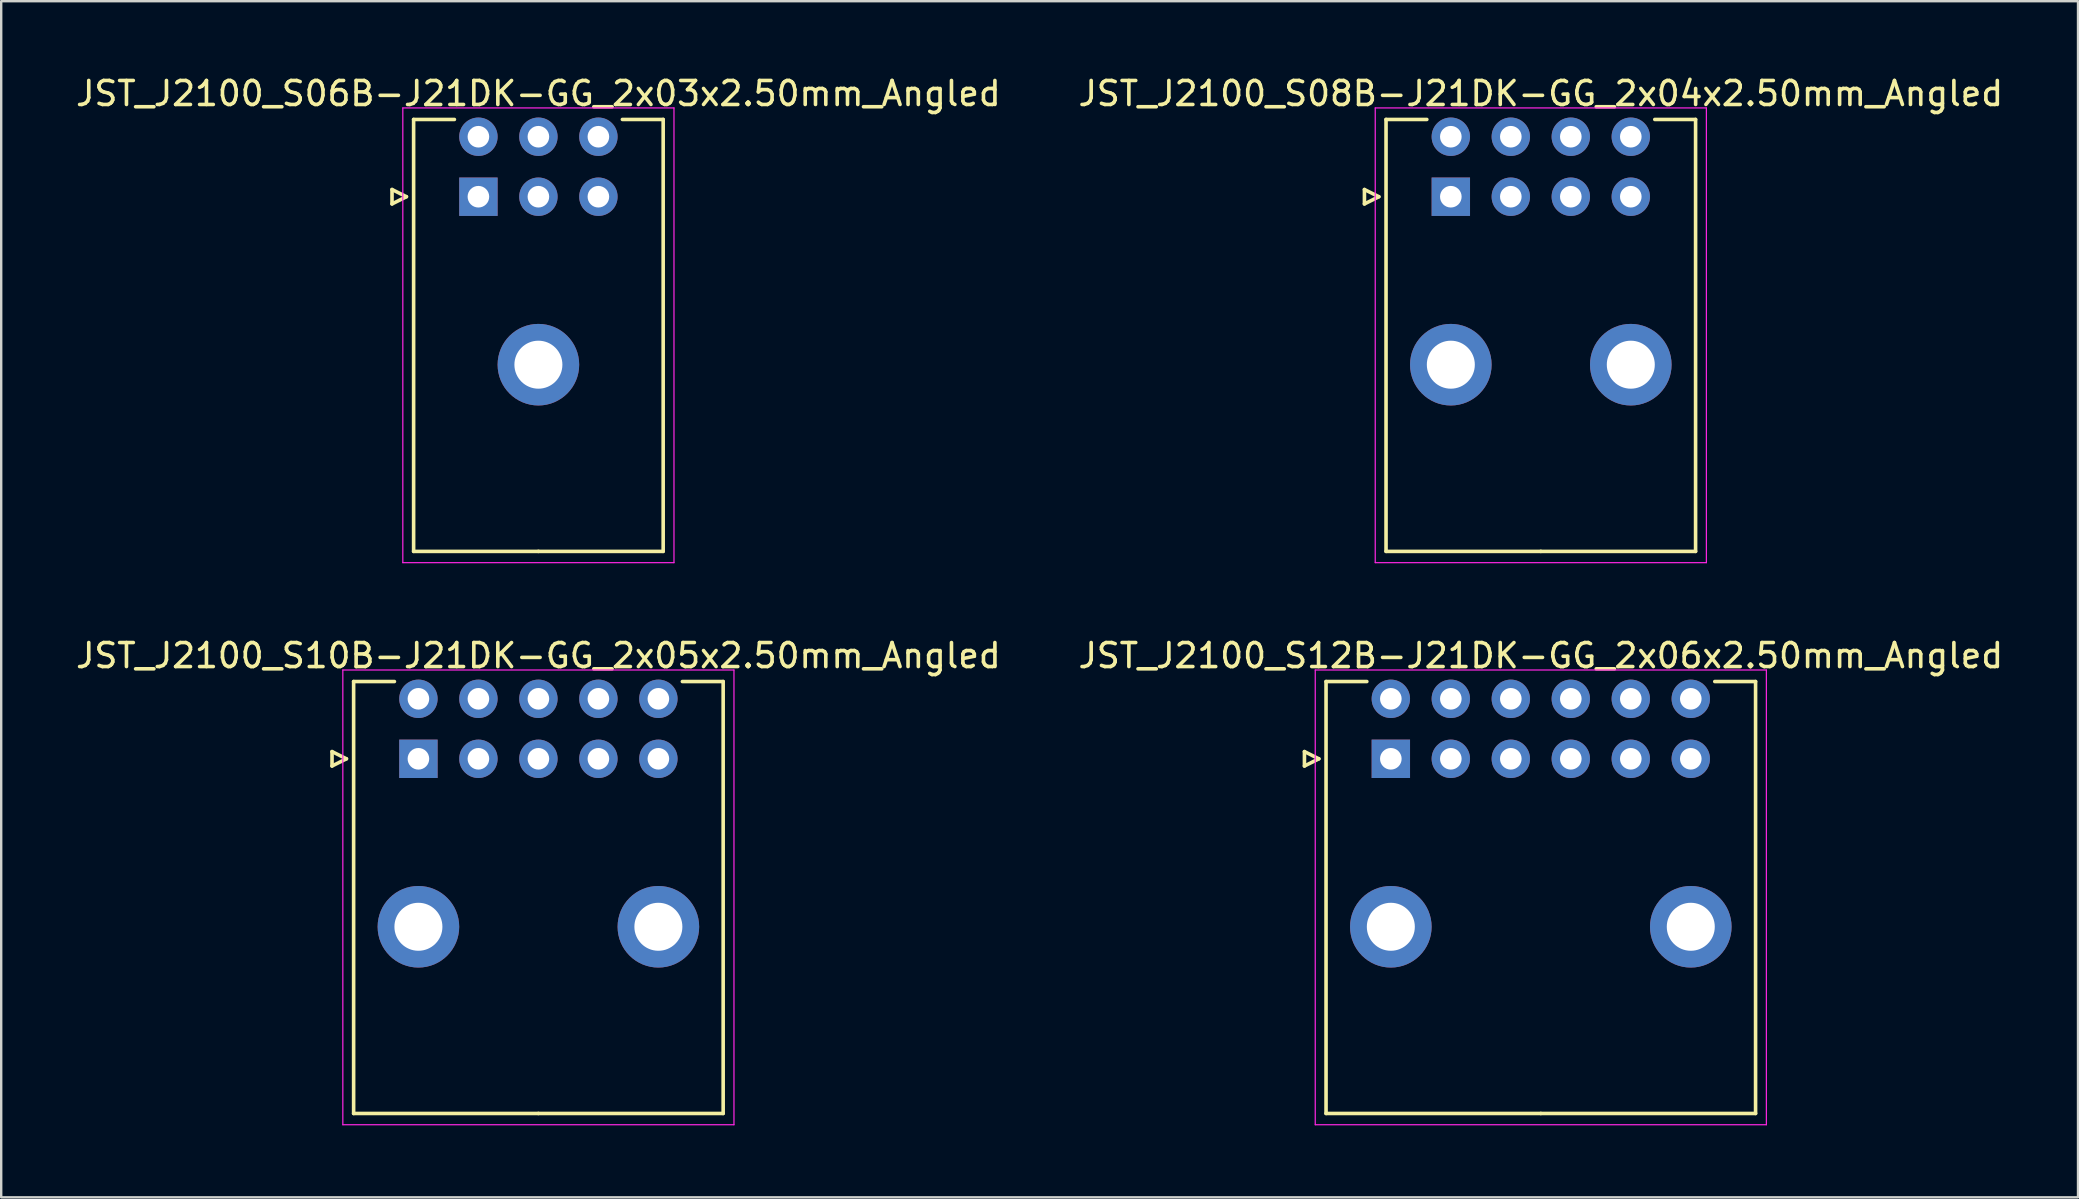
<source format=kicad_pcb>
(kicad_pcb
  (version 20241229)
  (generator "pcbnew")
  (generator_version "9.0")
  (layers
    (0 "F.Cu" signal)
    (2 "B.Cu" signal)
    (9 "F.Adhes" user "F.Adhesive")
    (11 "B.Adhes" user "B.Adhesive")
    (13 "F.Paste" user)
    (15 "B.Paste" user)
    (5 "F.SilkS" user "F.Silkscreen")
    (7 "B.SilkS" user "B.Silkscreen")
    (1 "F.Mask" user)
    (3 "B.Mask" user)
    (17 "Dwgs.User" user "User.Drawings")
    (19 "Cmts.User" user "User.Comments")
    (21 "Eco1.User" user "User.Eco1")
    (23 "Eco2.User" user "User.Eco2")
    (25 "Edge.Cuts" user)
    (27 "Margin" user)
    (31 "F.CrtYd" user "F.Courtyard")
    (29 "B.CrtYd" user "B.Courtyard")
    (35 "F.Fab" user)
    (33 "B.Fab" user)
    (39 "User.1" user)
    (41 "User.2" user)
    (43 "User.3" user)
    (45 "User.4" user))
  (footprint "JST_J2100_S12B-J21DK-GG_2x06x2.50mm_Angled"
    (layer "F.Cu")
    (at 54.911 28.572)
    (property "Reference" "JST_J2100_S12B-J21DK-GG_2x06x2.50mm_Angled" (at 6.25 -4.3 0) (layer "F.SilkS") (effects (font (size 1 1) (thickness 0.15))))
    (attr through_hole)
    (fp_line (start -3.6 -0.3) (end -3 0) (stroke (width 0.15) (type solid)) (layer "F.SilkS"))
    (fp_line (start -3.6 0.3) (end -3.6 -0.3) (stroke (width 0.15) (type solid)) (layer "F.SilkS"))
    (fp_line (start -3 0) (end -3.6 0.3) (stroke (width 0.15) (type solid)) (layer "F.SilkS"))
    (fp_line (start -2.7 -3.22) (end -2.7 14.78) (stroke (width 0.15) (type solid)) (layer "F.SilkS"))
    (fp_line (start -2.7 14.78) (end 6.25 14.78) (stroke (width 0.15) (type solid)) (layer "F.SilkS"))
    (fp_line (start -1 -3.22) (end -2.7 -3.22) (stroke (width 0.15) (type solid)) (layer "F.SilkS"))
    (fp_line (start 13.5 -3.22) (end 15.2 -3.22) (stroke (width 0.15) (type solid)) (layer "F.SilkS"))
    (fp_line (start 15.2 -3.22) (end 15.2 14.78) (stroke (width 0.15) (type solid)) (layer "F.SilkS"))
    (fp_line (start 15.2 14.78) (end 6.25 14.78) (stroke (width 0.15) (type solid)) (layer "F.SilkS"))
    (fp_line (start -3.15 -3.7) (end -3.15 15.25) (stroke (width 0.05) (type solid)) (layer "F.CrtYd"))
    (fp_line (start -3.15 15.25) (end 15.65 15.25) (stroke (width 0.05) (type solid)) (layer "F.CrtYd"))
    (fp_line (start 15.65 -3.7) (end -3.15 -3.7) (stroke (width 0.05) (type solid)) (layer "F.CrtYd"))
    (fp_line (start 15.65 15.25) (end 15.65 -3.7) (stroke (width 0.05) (type solid)) (layer "F.CrtYd"))
    (pad "" thru_hole circle (at 0 7) (size 3.4 3.4) (drill 2) (layers "*.Cu" "*.Mask"))
    (pad "" thru_hole circle (at 12.5 7) (size 3.4 3.4) (drill 2) (layers "*.Cu" "*.Mask"))
    (pad "1" thru_hole rect (at 0 0) (size 1.6 1.6) (drill 0.9) (layers "*.Cu" "*.Mask"))
    (pad "2" thru_hole circle (at 0 -2.5) (size 1.6 1.6) (drill 0.9) (layers "*.Cu" "*.Mask"))
    (pad "3" thru_hole circle (at 2.5 0) (size 1.6 1.6) (drill 0.9) (layers "*.Cu" "*.Mask"))
    (pad "4" thru_hole circle (at 2.5 -2.5) (size 1.6 1.6) (drill 0.9) (layers "*.Cu" "*.Mask"))
    (pad "5" thru_hole circle (at 5 0) (size 1.6 1.6) (drill 0.9) (layers "*.Cu" "*.Mask"))
    (pad "6" thru_hole circle (at 5 -2.5) (size 1.6 1.6) (drill 0.9) (layers "*.Cu" "*.Mask"))
    (pad "7" thru_hole circle (at 7.5 0) (size 1.6 1.6) (drill 0.9) (layers "*.Cu" "*.Mask"))
    (pad "8" thru_hole circle (at 7.5 -2.5) (size 1.6 1.6) (drill 0.9) (layers "*.Cu" "*.Mask"))
    (pad "9" thru_hole circle (at 10 0) (size 1.6 1.6) (drill 0.9) (layers "*.Cu" "*.Mask"))
    (pad "10" thru_hole circle (at 10 -2.5) (size 1.6 1.6) (drill 0.9) (layers "*.Cu" "*.Mask"))
    (pad "11" thru_hole circle (at 12.5 0) (size 1.6 1.6) (drill 0.9) (layers "*.Cu" "*.Mask"))
    (pad "12" thru_hole circle (at 12.5 -2.5) (size 1.6 1.6) (drill 0.9) (layers "*.Cu" "*.Mask")))
  (footprint "JST_J2100_S10B-J21DK-GG_2x05x2.50mm_Angled"
    (layer "F.Cu")
    (at 14.387 28.572)
    (property "Reference" "JST_J2100_S10B-J21DK-GG_2x05x2.50mm_Angled" (at 5 -4.3 0) (layer "F.SilkS") (effects (font (size 1 1) (thickness 0.15))))
    (attr through_hole)
    (fp_line (start -3.6 -0.3) (end -3 0) (stroke (width 0.15) (type solid)) (layer "F.SilkS"))
    (fp_line (start -3.6 0.3) (end -3.6 -0.3) (stroke (width 0.15) (type solid)) (layer "F.SilkS"))
    (fp_line (start -3 0) (end -3.6 0.3) (stroke (width 0.15) (type solid)) (layer "F.SilkS"))
    (fp_line (start -2.7 -3.22) (end -2.7 14.78) (stroke (width 0.15) (type solid)) (layer "F.SilkS"))
    (fp_line (start -2.7 14.78) (end 5 14.78) (stroke (width 0.15) (type solid)) (layer "F.SilkS"))
    (fp_line (start -1 -3.22) (end -2.7 -3.22) (stroke (width 0.15) (type solid)) (layer "F.SilkS"))
    (fp_line (start 11 -3.22) (end 12.7 -3.22) (stroke (width 0.15) (type solid)) (layer "F.SilkS"))
    (fp_line (start 12.7 -3.22) (end 12.7 14.78) (stroke (width 0.15) (type solid)) (layer "F.SilkS"))
    (fp_line (start 12.7 14.78) (end 5 14.78) (stroke (width 0.15) (type solid)) (layer "F.SilkS"))
    (fp_line (start -3.15 -3.7) (end -3.15 15.25) (stroke (width 0.05) (type solid)) (layer "F.CrtYd"))
    (fp_line (start -3.15 15.25) (end 13.15 15.25) (stroke (width 0.05) (type solid)) (layer "F.CrtYd"))
    (fp_line (start 13.15 -3.7) (end -3.15 -3.7) (stroke (width 0.05) (type solid)) (layer "F.CrtYd"))
    (fp_line (start 13.15 15.25) (end 13.15 -3.7) (stroke (width 0.05) (type solid)) (layer "F.CrtYd"))
    (pad "" thru_hole circle (at 0 7) (size 3.4 3.4) (drill 2) (layers "*.Cu" "*.Mask"))
    (pad "" thru_hole circle (at 10 7) (size 3.4 3.4) (drill 2) (layers "*.Cu" "*.Mask"))
    (pad "1" thru_hole rect (at 0 0) (size 1.6 1.6) (drill 0.9) (layers "*.Cu" "*.Mask"))
    (pad "2" thru_hole circle (at 0 -2.5) (size 1.6 1.6) (drill 0.9) (layers "*.Cu" "*.Mask"))
    (pad "3" thru_hole circle (at 2.5 0) (size 1.6 1.6) (drill 0.9) (layers "*.Cu" "*.Mask"))
    (pad "4" thru_hole circle (at 2.5 -2.5) (size 1.6 1.6) (drill 0.9) (layers "*.Cu" "*.Mask"))
    (pad "5" thru_hole circle (at 5 0) (size 1.6 1.6) (drill 0.9) (layers "*.Cu" "*.Mask"))
    (pad "6" thru_hole circle (at 5 -2.5) (size 1.6 1.6) (drill 0.9) (layers "*.Cu" "*.Mask"))
    (pad "7" thru_hole circle (at 7.5 0) (size 1.6 1.6) (drill 0.9) (layers "*.Cu" "*.Mask"))
    (pad "8" thru_hole circle (at 7.5 -2.5) (size 1.6 1.6) (drill 0.9) (layers "*.Cu" "*.Mask"))
    (pad "9" thru_hole circle (at 10 0) (size 1.6 1.6) (drill 0.9) (layers "*.Cu" "*.Mask"))
    (pad "10" thru_hole circle (at 10 -2.5) (size 1.6 1.6) (drill 0.9) (layers "*.Cu" "*.Mask")))
  (footprint "JST_J2100_S06B-J21DK-GG_2x03x2.50mm_Angled"
    (layer "F.Cu")
    (at 16.887 5.148)
    (property "Reference" "JST_J2100_S06B-J21DK-GG_2x03x2.50mm_Angled" (at 2.5 -4.3 0) (layer "F.SilkS") (effects (font (size 1 1) (thickness 0.15))))
    (attr through_hole)
    (fp_line (start -3.6 -0.3) (end -3 0) (stroke (width 0.15) (type solid)) (layer "F.SilkS"))
    (fp_line (start -3.6 0.3) (end -3.6 -0.3) (stroke (width 0.15) (type solid)) (layer "F.SilkS"))
    (fp_line (start -3 0) (end -3.6 0.3) (stroke (width 0.15) (type solid)) (layer "F.SilkS"))
    (fp_line (start -2.7 -3.22) (end -2.7 14.78) (stroke (width 0.15) (type solid)) (layer "F.SilkS"))
    (fp_line (start -2.7 14.78) (end 2.5 14.78) (stroke (width 0.15) (type solid)) (layer "F.SilkS"))
    (fp_line (start -1 -3.22) (end -2.7 -3.22) (stroke (width 0.15) (type solid)) (layer "F.SilkS"))
    (fp_line (start 6 -3.22) (end 7.7 -3.22) (stroke (width 0.15) (type solid)) (layer "F.SilkS"))
    (fp_line (start 7.7 -3.22) (end 7.7 14.78) (stroke (width 0.15) (type solid)) (layer "F.SilkS"))
    (fp_line (start 7.7 14.78) (end 2.5 14.78) (stroke (width 0.15) (type solid)) (layer "F.SilkS"))
    (fp_line (start -3.15 -3.7) (end -3.15 15.25) (stroke (width 0.05) (type solid)) (layer "F.CrtYd"))
    (fp_line (start -3.15 15.25) (end 8.15 15.25) (stroke (width 0.05) (type solid)) (layer "F.CrtYd"))
    (fp_line (start 8.15 -3.7) (end -3.15 -3.7) (stroke (width 0.05) (type solid)) (layer "F.CrtYd"))
    (fp_line (start 8.15 15.25) (end 8.15 -3.7) (stroke (width 0.05) (type solid)) (layer "F.CrtYd"))
    (pad "" thru_hole circle (at 2.5 7) (size 3.4 3.4) (drill 2) (layers "*.Cu" "*.Mask"))
    (pad "1" thru_hole rect (at 0 0) (size 1.6 1.6) (drill 0.9) (layers "*.Cu" "*.Mask"))
    (pad "2" thru_hole circle (at 0 -2.5) (size 1.6 1.6) (drill 0.9) (layers "*.Cu" "*.Mask"))
    (pad "3" thru_hole circle (at 2.5 0) (size 1.6 1.6) (drill 0.9) (layers "*.Cu" "*.Mask"))
    (pad "4" thru_hole circle (at 2.5 -2.5) (size 1.6 1.6) (drill 0.9) (layers "*.Cu" "*.Mask"))
    (pad "5" thru_hole circle (at 5 0) (size 1.6 1.6) (drill 0.9) (layers "*.Cu" "*.Mask"))
    (pad "6" thru_hole circle (at 5 -2.5) (size 1.6 1.6) (drill 0.9) (layers "*.Cu" "*.Mask")))
  (footprint "JST_J2100_S08B-J21DK-GG_2x04x2.50mm_Angled"
    (layer "F.Cu")
    (at 57.411 5.148)
    (property "Reference" "JST_J2100_S08B-J21DK-GG_2x04x2.50mm_Angled" (at 3.75 -4.3 0) (layer "F.SilkS") (effects (font (size 1 1) (thickness 0.15))))
    (attr through_hole)
    (fp_line (start -3.6 -0.3) (end -3 0) (stroke (width 0.15) (type solid)) (layer "F.SilkS"))
    (fp_line (start -3.6 0.3) (end -3.6 -0.3) (stroke (width 0.15) (type solid)) (layer "F.SilkS"))
    (fp_line (start -3 0) (end -3.6 0.3) (stroke (width 0.15) (type solid)) (layer "F.SilkS"))
    (fp_line (start -2.7 -3.22) (end -2.7 14.78) (stroke (width 0.15) (type solid)) (layer "F.SilkS"))
    (fp_line (start -2.7 14.78) (end 3.75 14.78) (stroke (width 0.15) (type solid)) (layer "F.SilkS"))
    (fp_line (start -1 -3.22) (end -2.7 -3.22) (stroke (width 0.15) (type solid)) (layer "F.SilkS"))
    (fp_line (start 8.5 -3.22) (end 10.2 -3.22) (stroke (width 0.15) (type solid)) (layer "F.SilkS"))
    (fp_line (start 10.2 -3.22) (end 10.2 14.78) (stroke (width 0.15) (type solid)) (layer "F.SilkS"))
    (fp_line (start 10.2 14.78) (end 3.75 14.78) (stroke (width 0.15) (type solid)) (layer "F.SilkS"))
    (fp_line (start -3.15 -3.7) (end -3.15 15.25) (stroke (width 0.05) (type solid)) (layer "F.CrtYd"))
    (fp_line (start -3.15 15.25) (end 10.65 15.25) (stroke (width 0.05) (type solid)) (layer "F.CrtYd"))
    (fp_line (start 10.65 -3.7) (end -3.15 -3.7) (stroke (width 0.05) (type solid)) (layer "F.CrtYd"))
    (fp_line (start 10.65 15.25) (end 10.65 -3.7) (stroke (width 0.05) (type solid)) (layer "F.CrtYd"))
    (pad "" thru_hole circle (at 0 7) (size 3.4 3.4) (drill 2) (layers "*.Cu" "*.Mask"))
    (pad "" thru_hole circle (at 7.5 7) (size 3.4 3.4) (drill 2) (layers "*.Cu" "*.Mask"))
    (pad "1" thru_hole rect (at 0 0) (size 1.6 1.6) (drill 0.9) (layers "*.Cu" "*.Mask"))
    (pad "2" thru_hole circle (at 0 -2.5) (size 1.6 1.6) (drill 0.9) (layers "*.Cu" "*.Mask"))
    (pad "3" thru_hole circle (at 2.5 0) (size 1.6 1.6) (drill 0.9) (layers "*.Cu" "*.Mask"))
    (pad "4" thru_hole circle (at 2.5 -2.5) (size 1.6 1.6) (drill 0.9) (layers "*.Cu" "*.Mask"))
    (pad "5" thru_hole circle (at 5 0) (size 1.6 1.6) (drill 0.9) (layers "*.Cu" "*.Mask"))
    (pad "6" thru_hole circle (at 5 -2.5) (size 1.6 1.6) (drill 0.9) (layers "*.Cu" "*.Mask"))
    (pad "7" thru_hole circle (at 7.5 0) (size 1.6 1.6) (drill 0.9) (layers "*.Cu" "*.Mask"))
    (pad "8" thru_hole circle (at 7.5 -2.5) (size 1.6 1.6) (drill 0.9) (layers "*.Cu" "*.Mask")))
  (gr_rect
    (start -3 -3)
    (end 83.548 46.846)
    (stroke (width 0.1) (type default))
    (fill no)
    (layer "Edge.Cuts")))
</source>
